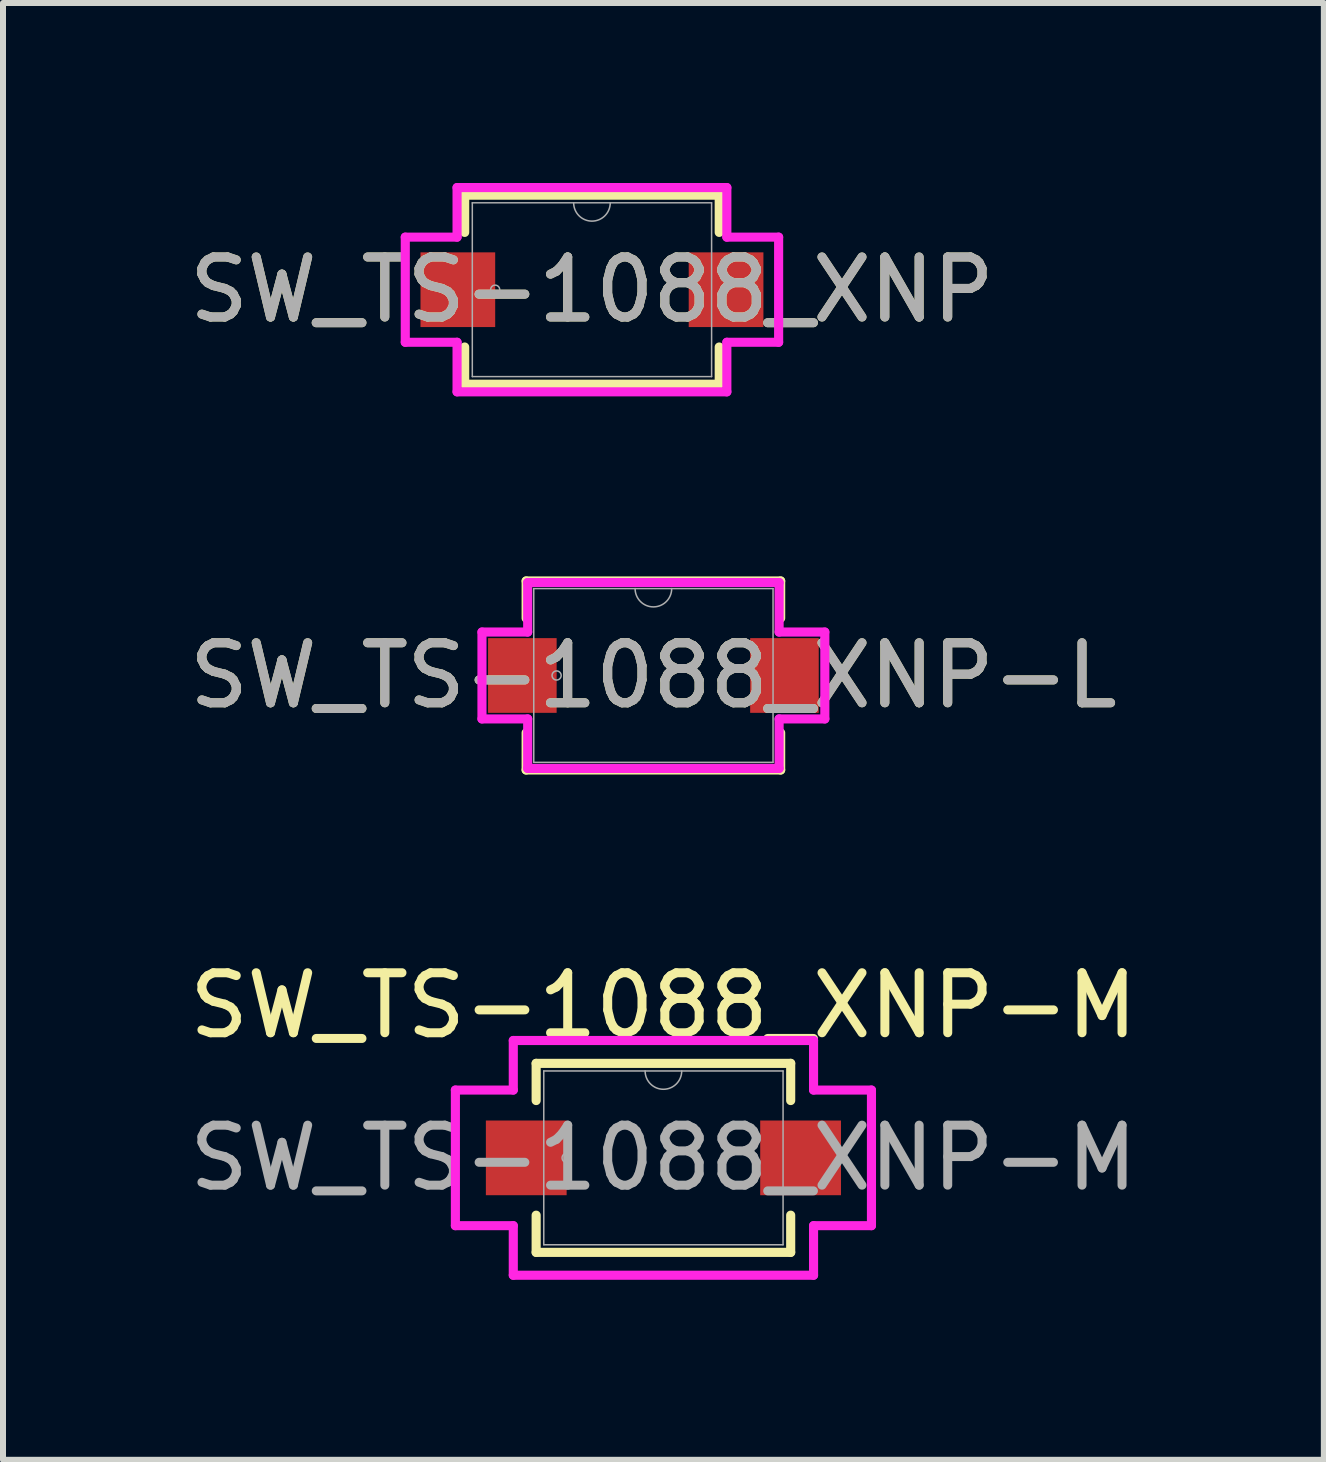
<source format=kicad_pcb>
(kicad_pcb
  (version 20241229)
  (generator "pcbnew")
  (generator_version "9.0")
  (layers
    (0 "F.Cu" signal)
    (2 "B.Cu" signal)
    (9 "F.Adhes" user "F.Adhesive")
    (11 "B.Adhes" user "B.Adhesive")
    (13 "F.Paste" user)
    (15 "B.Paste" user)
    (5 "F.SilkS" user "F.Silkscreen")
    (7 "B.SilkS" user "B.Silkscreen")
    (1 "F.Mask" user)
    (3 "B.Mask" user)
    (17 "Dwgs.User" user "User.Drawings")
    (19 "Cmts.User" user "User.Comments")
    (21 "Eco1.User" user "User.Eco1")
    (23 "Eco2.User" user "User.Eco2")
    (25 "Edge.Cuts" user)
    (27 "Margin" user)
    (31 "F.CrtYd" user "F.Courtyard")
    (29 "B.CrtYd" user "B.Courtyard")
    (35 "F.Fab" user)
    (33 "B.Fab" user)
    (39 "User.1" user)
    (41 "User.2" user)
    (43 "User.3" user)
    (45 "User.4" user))
  (footprint "SW_TS-1088_XNP"
    (layer "F.Cu")
    (at 6.815 1.778)
    (property "Reference" "SW_TS-1088_XNP" (at 0 0 0) (unlocked yes) (layer "F.SilkS") (effects (font (size 1 1) (thickness 0.15))))
    (attr smd)
    (fp_line (start -2.121 -1.575) (end -2.121 -0.955) (stroke (width 0.152) (type solid)) (layer "F.SilkS"))
    (fp_line (start -2.121 0.955) (end -2.121 1.575) (stroke (width 0.152) (type solid)) (layer "F.SilkS"))
    (fp_line (start -2.121 1.575) (end 2.121 1.575) (stroke (width 0.152) (type solid)) (layer "F.SilkS"))
    (fp_line (start 2.121 -1.575) (end -2.121 -1.575) (stroke (width 0.152) (type solid)) (layer "F.SilkS"))
    (fp_line (start 2.121 -0.955) (end 2.121 -1.575) (stroke (width 0.152) (type solid)) (layer "F.SilkS"))
    (fp_line (start 2.121 1.575) (end 2.121 0.955) (stroke (width 0.152) (type solid)) (layer "F.SilkS"))
    (fp_line (start -3.111 -0.876) (end -2.248 -0.876) (stroke (width 0.152) (type solid)) (layer "F.CrtYd"))
    (fp_line (start -3.111 0.876) (end -3.111 -0.876) (stroke (width 0.152) (type solid)) (layer "F.CrtYd"))
    (fp_line (start -3.111 0.876) (end -2.248 0.876) (stroke (width 0.152) (type solid)) (layer "F.CrtYd"))
    (fp_line (start -2.248 -1.702) (end 2.248 -1.702) (stroke (width 0.152) (type solid)) (layer "F.CrtYd"))
    (fp_line (start -2.248 -0.876) (end -2.248 -1.702) (stroke (width 0.152) (type solid)) (layer "F.CrtYd"))
    (fp_line (start -2.248 1.702) (end -2.248 0.876) (stroke (width 0.152) (type solid)) (layer "F.CrtYd"))
    (fp_line (start 2.248 -1.702) (end 2.248 -0.876) (stroke (width 0.152) (type solid)) (layer "F.CrtYd"))
    (fp_line (start 2.248 0.876) (end 2.248 1.702) (stroke (width 0.152) (type solid)) (layer "F.CrtYd"))
    (fp_line (start 2.248 1.702) (end -2.248 1.702) (stroke (width 0.152) (type solid)) (layer "F.CrtYd"))
    (fp_line (start 3.111 -0.876) (end 2.248 -0.876) (stroke (width 0.152) (type solid)) (layer "F.CrtYd"))
    (fp_line (start 3.111 -0.876) (end 3.111 0.876) (stroke (width 0.152) (type solid)) (layer "F.CrtYd"))
    (fp_line (start 3.111 0.876) (end 2.248 0.876) (stroke (width 0.152) (type solid)) (layer "F.CrtYd"))
    (fp_line (start -1.994 -1.448) (end -1.994 1.448) (stroke (width 0.025) (type solid)) (layer "F.Fab"))
    (fp_line (start -1.994 1.448) (end 1.994 1.448) (stroke (width 0.025) (type solid)) (layer "F.Fab"))
    (fp_line (start 1.994 -1.448) (end -1.994 -1.448) (stroke (width 0.025) (type solid)) (layer "F.Fab"))
    (fp_line (start 1.994 1.448) (end 1.994 -1.448) (stroke (width 0.025) (type solid)) (layer "F.Fab"))
    (fp_arc (start 0.3048 -1.4478) (mid 0 -1.143) (end -0.3048 -1.4478) (stroke (width 0.0254) (type solid)) (layer "F.Fab"))
    (fp_circle (center -1.613 0) (end -1.537 0) (stroke (width 0.025) (type solid)) (fill no) (layer "F.Fab"))
    (fp_text user "${REFERENCE}" (at 0 0 0) (unlocked yes) (layer "F.Fab") (effects (font (size 1 1) (thickness 0.15))))
    (pad "1" smd rect (at -2.235 0) (size 1.245 1.245) (layers "F.Cu" "F.Mask" "F.Paste"))
    (pad "2" smd rect (at 2.235 0) (size 1.245 1.245) (layers "F.Cu" "F.Mask" "F.Paste")))
  (footprint "SW_TS-1088_XNP-M"
    (layer "F.Cu")
    (at 8.006 16.246)
    (property "Reference" "SW_TS-1088_XNP-M" (at 0 -2.54 0) (unlocked yes) (layer "F.SilkS") (effects (font (size 1 1) (thickness 0.15))))
    (attr smd)
    (fp_line (start -2.121 -1.575) (end -2.121 -0.955) (stroke (width 0.152) (type solid)) (layer "F.SilkS"))
    (fp_line (start -2.121 0.955) (end -2.121 1.575) (stroke (width 0.152) (type solid)) (layer "F.SilkS"))
    (fp_line (start -2.121 1.575) (end 2.121 1.575) (stroke (width 0.152) (type solid)) (layer "F.SilkS"))
    (fp_line (start 2.121 -1.575) (end -2.121 -1.575) (stroke (width 0.152) (type solid)) (layer "F.SilkS"))
    (fp_line (start 2.121 -0.955) (end 2.121 -1.575) (stroke (width 0.152) (type solid)) (layer "F.SilkS"))
    (fp_line (start 2.121 1.575) (end 2.121 0.955) (stroke (width 0.152) (type solid)) (layer "F.SilkS"))
    (fp_line (start -3.467 -1.13) (end -2.502 -1.13) (stroke (width 0.152) (type solid)) (layer "F.CrtYd"))
    (fp_line (start -3.467 1.13) (end -3.467 -1.13) (stroke (width 0.152) (type solid)) (layer "F.CrtYd"))
    (fp_line (start -3.467 1.13) (end -2.502 1.13) (stroke (width 0.152) (type solid)) (layer "F.CrtYd"))
    (fp_line (start -2.502 -1.956) (end 2.502 -1.956) (stroke (width 0.152) (type solid)) (layer "F.CrtYd"))
    (fp_line (start -2.502 -1.13) (end -2.502 -1.956) (stroke (width 0.152) (type solid)) (layer "F.CrtYd"))
    (fp_line (start -2.502 1.956) (end -2.502 1.13) (stroke (width 0.152) (type solid)) (layer "F.CrtYd"))
    (fp_line (start 2.502 -1.956) (end 2.502 -1.13) (stroke (width 0.152) (type solid)) (layer "F.CrtYd"))
    (fp_line (start 2.502 1.13) (end 2.502 1.956) (stroke (width 0.152) (type solid)) (layer "F.CrtYd"))
    (fp_line (start 2.502 1.956) (end -2.502 1.956) (stroke (width 0.152) (type solid)) (layer "F.CrtYd"))
    (fp_line (start 3.467 -1.13) (end 2.502 -1.13) (stroke (width 0.152) (type solid)) (layer "F.CrtYd"))
    (fp_line (start 3.467 -1.13) (end 3.467 1.13) (stroke (width 0.152) (type solid)) (layer "F.CrtYd"))
    (fp_line (start 3.467 1.13) (end 2.502 1.13) (stroke (width 0.152) (type solid)) (layer "F.CrtYd"))
    (fp_line (start -1.994 -1.448) (end -1.994 1.448) (stroke (width 0.025) (type solid)) (layer "F.Fab"))
    (fp_line (start -1.994 1.448) (end 1.994 1.448) (stroke (width 0.025) (type solid)) (layer "F.Fab"))
    (fp_line (start 1.994 -1.448) (end -1.994 -1.448) (stroke (width 0.025) (type solid)) (layer "F.Fab"))
    (fp_line (start 1.994 1.448) (end 1.994 -1.448) (stroke (width 0.025) (type solid)) (layer "F.Fab"))
    (fp_arc (start 0.3048 -1.4478) (mid 0 -1.143) (end -0.3048 -1.4478) (stroke (width 0.0254) (type solid)) (layer "F.Fab"))
    (fp_circle (center -1.613 0) (end -1.537 0) (stroke (width 0.025) (type solid)) (fill no) (layer "F.Fab"))
    (fp_text user "${REFERENCE}" (at 0 0 0) (unlocked yes) (layer "F.Fab") (effects (font (size 1 1) (thickness 0.15))))
    (pad "1" smd rect (at -2.286 0) (size 1.346 1.245) (layers "F.Cu" "F.Mask" "F.Paste"))
    (pad "2" smd rect (at 2.286 0) (size 1.346 1.245) (layers "F.Cu" "F.Mask" "F.Paste")))
  (footprint "SW_TS-1088_XNP-L"
    (layer "F.Cu")
    (at 7.839 8.207)
    (property "Reference" "SW_TS-1088_XNP-L" (at 0 0 0) (unlocked yes) (layer "F.SilkS") (effects (font (size 1 1) (thickness 0.15))))
    (attr smd)
    (fp_line (start -2.121 -1.575) (end -2.121 -0.955) (stroke (width 0.152) (type solid)) (layer "F.SilkS"))
    (fp_line (start -2.121 0.955) (end -2.121 1.575) (stroke (width 0.152) (type solid)) (layer "F.SilkS"))
    (fp_line (start -2.121 1.575) (end 2.121 1.575) (stroke (width 0.152) (type solid)) (layer "F.SilkS"))
    (fp_line (start 2.121 -1.575) (end -2.121 -1.575) (stroke (width 0.152) (type solid)) (layer "F.SilkS"))
    (fp_line (start 2.121 -0.955) (end 2.121 -1.575) (stroke (width 0.152) (type solid)) (layer "F.SilkS"))
    (fp_line (start 2.121 1.575) (end 2.121 0.955) (stroke (width 0.152) (type solid)) (layer "F.SilkS"))
    (fp_line (start -2.857 -0.724) (end -2.095 -0.724) (stroke (width 0.152) (type solid)) (layer "F.CrtYd"))
    (fp_line (start -2.857 0.724) (end -2.857 -0.724) (stroke (width 0.152) (type solid)) (layer "F.CrtYd"))
    (fp_line (start -2.857 0.724) (end -2.095 0.724) (stroke (width 0.152) (type solid)) (layer "F.CrtYd"))
    (fp_line (start -2.095 -1.549) (end 2.095 -1.549) (stroke (width 0.152) (type solid)) (layer "F.CrtYd"))
    (fp_line (start -2.095 -0.724) (end -2.095 -1.549) (stroke (width 0.152) (type solid)) (layer "F.CrtYd"))
    (fp_line (start -2.095 1.549) (end -2.095 0.724) (stroke (width 0.152) (type solid)) (layer "F.CrtYd"))
    (fp_line (start 2.095 -1.549) (end 2.095 -0.724) (stroke (width 0.152) (type solid)) (layer "F.CrtYd"))
    (fp_line (start 2.095 0.724) (end 2.095 1.549) (stroke (width 0.152) (type solid)) (layer "F.CrtYd"))
    (fp_line (start 2.095 1.549) (end -2.095 1.549) (stroke (width 0.152) (type solid)) (layer "F.CrtYd"))
    (fp_line (start 2.857 -0.724) (end 2.095 -0.724) (stroke (width 0.152) (type solid)) (layer "F.CrtYd"))
    (fp_line (start 2.857 -0.724) (end 2.857 0.724) (stroke (width 0.152) (type solid)) (layer "F.CrtYd"))
    (fp_line (start 2.857 0.724) (end 2.095 0.724) (stroke (width 0.152) (type solid)) (layer "F.CrtYd"))
    (fp_line (start -1.994 -1.448) (end -1.994 1.448) (stroke (width 0.025) (type solid)) (layer "F.Fab"))
    (fp_line (start -1.994 1.448) (end 1.994 1.448) (stroke (width 0.025) (type solid)) (layer "F.Fab"))
    (fp_line (start 1.994 -1.448) (end -1.994 -1.448) (stroke (width 0.025) (type solid)) (layer "F.Fab"))
    (fp_line (start 1.994 1.448) (end 1.994 -1.448) (stroke (width 0.025) (type solid)) (layer "F.Fab"))
    (fp_arc (start 0.3048 -1.4478) (mid 0 -1.143) (end -0.3048 -1.4478) (stroke (width 0.0254) (type solid)) (layer "F.Fab"))
    (fp_circle (center -1.613 0) (end -1.537 0) (stroke (width 0.025) (type solid)) (fill no) (layer "F.Fab"))
    (fp_text user "${REFERENCE}" (at 0 0 0) (unlocked yes) (layer "F.Fab") (effects (font (size 1 1) (thickness 0.15))))
    (pad "1" smd rect (at -2.184 0) (size 1.143 1.245) (layers "F.Cu" "F.Mask" "F.Paste"))
    (pad "2" smd rect (at 2.184 0) (size 1.143 1.245) (layers "F.Cu" "F.Mask" "F.Paste")))
  (gr_rect
    (start -3 -3)
    (end 19.012 21.278)
    (stroke (width 0.1) (type default))
    (fill no)
    (layer "Edge.Cuts")))
</source>
